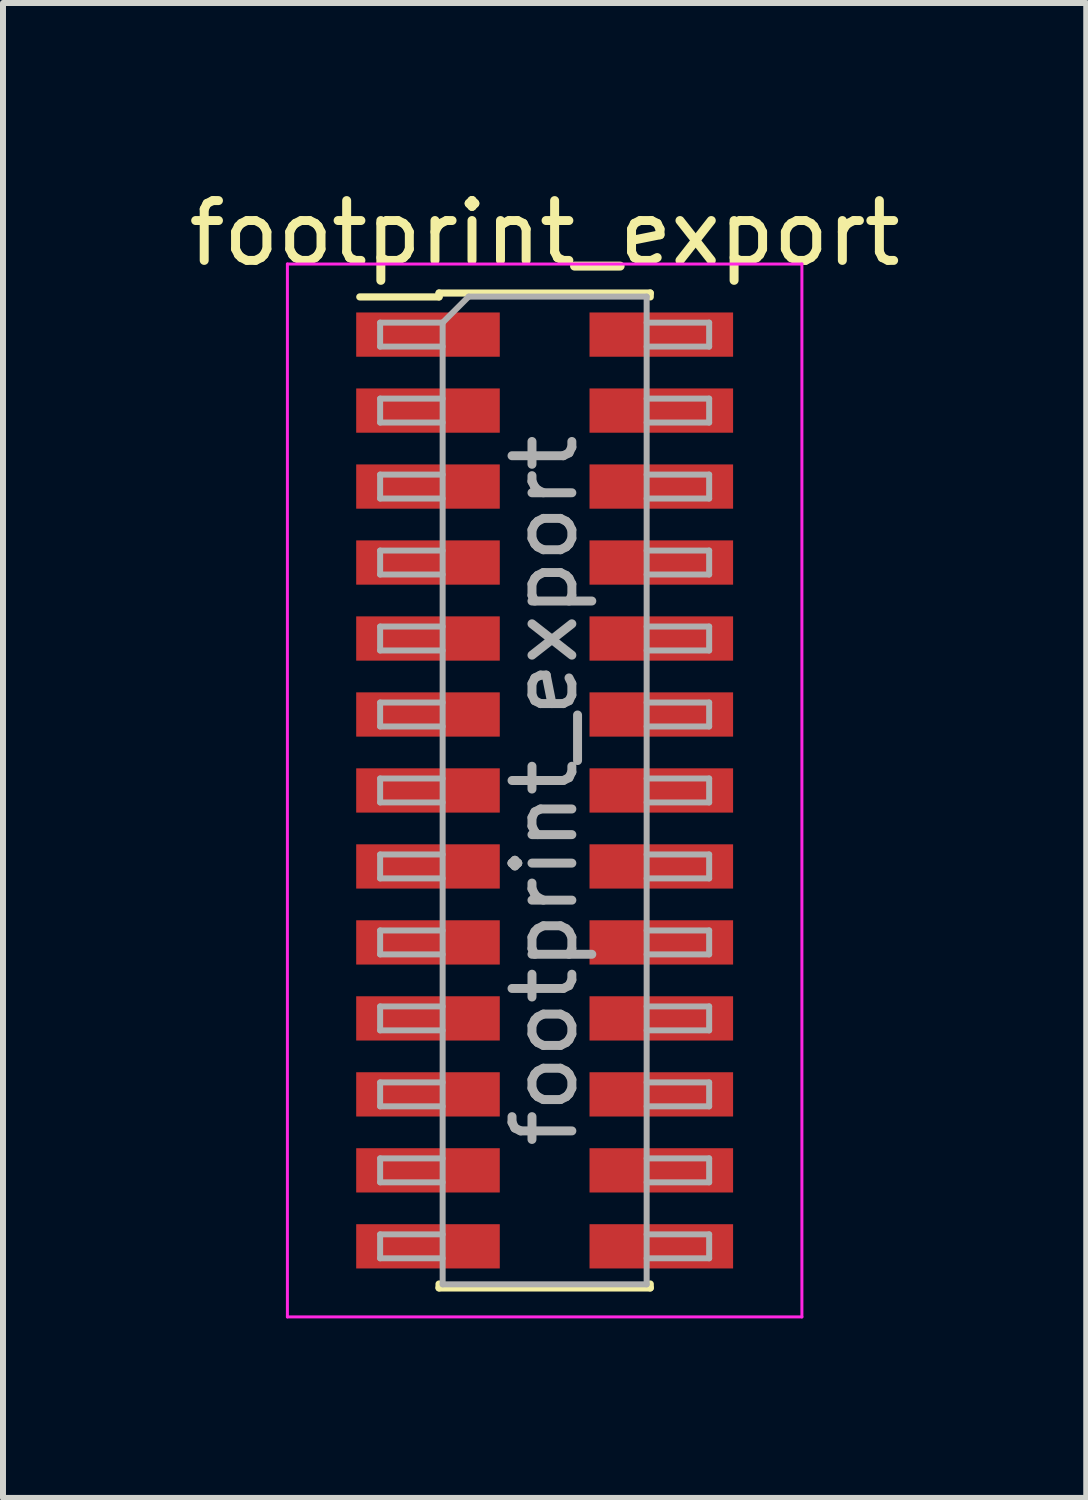
<source format=kicad_pcb>
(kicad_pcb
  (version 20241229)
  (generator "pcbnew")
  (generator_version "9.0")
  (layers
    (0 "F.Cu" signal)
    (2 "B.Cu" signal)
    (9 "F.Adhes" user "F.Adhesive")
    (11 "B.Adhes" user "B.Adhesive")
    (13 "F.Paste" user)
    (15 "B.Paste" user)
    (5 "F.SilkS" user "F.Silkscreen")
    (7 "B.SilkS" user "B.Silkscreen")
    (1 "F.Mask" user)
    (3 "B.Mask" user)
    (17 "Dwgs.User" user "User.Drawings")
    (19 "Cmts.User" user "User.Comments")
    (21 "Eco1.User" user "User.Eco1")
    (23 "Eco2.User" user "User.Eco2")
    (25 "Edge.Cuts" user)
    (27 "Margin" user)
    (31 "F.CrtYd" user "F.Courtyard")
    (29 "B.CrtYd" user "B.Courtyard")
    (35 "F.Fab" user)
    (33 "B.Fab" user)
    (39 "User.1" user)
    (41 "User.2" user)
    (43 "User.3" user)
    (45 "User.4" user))
  (footprint "footprint_export"
    (layer "F.Cu")
    (at 6.054 10.163)
    (property "Reference" "footprint_export" (at 0 -9.315 0) (layer "F.SilkS") (effects (font (size 1 1) (thickness 0.15))))
    (attr smd)
    (fp_line (start -3.09 -8.25) (end -1.765 -8.25) (stroke (width 0.12) (type solid)) (layer "F.SilkS"))
    (fp_line (start -1.765 -8.315) (end -1.765 -8.25) (stroke (width 0.12) (type solid)) (layer "F.SilkS"))
    (fp_line (start -1.765 -8.315) (end 1.765 -8.315) (stroke (width 0.12) (type solid)) (layer "F.SilkS"))
    (fp_line (start -1.765 8.25) (end -1.765 8.315) (stroke (width 0.12) (type solid)) (layer "F.SilkS"))
    (fp_line (start -1.765 8.315) (end 1.765 8.315) (stroke (width 0.12) (type solid)) (layer "F.SilkS"))
    (fp_line (start 1.765 -8.315) (end 1.765 -8.25) (stroke (width 0.12) (type solid)) (layer "F.SilkS"))
    (fp_line (start 1.765 8.25) (end 1.765 8.315) (stroke (width 0.12) (type solid)) (layer "F.SilkS"))
    (fp_line (start -4.3 -8.8) (end -4.3 8.8) (stroke (width 0.05) (type solid)) (layer "F.CrtYd"))
    (fp_line (start -4.3 8.8) (end 4.3 8.8) (stroke (width 0.05) (type solid)) (layer "F.CrtYd"))
    (fp_line (start 4.3 -8.8) (end -4.3 -8.8) (stroke (width 0.05) (type solid)) (layer "F.CrtYd"))
    (fp_line (start 4.3 8.8) (end 4.3 -8.8) (stroke (width 0.05) (type solid)) (layer "F.CrtYd"))
    (fp_line (start -2.75 -7.82) (end -2.75 -7.42) (stroke (width 0.1) (type solid)) (layer "F.Fab"))
    (fp_line (start -2.75 -7.42) (end -1.705 -7.42) (stroke (width 0.1) (type solid)) (layer "F.Fab"))
    (fp_line (start -2.75 -6.55) (end -2.75 -6.15) (stroke (width 0.1) (type solid)) (layer "F.Fab"))
    (fp_line (start -2.75 -6.15) (end -1.705 -6.15) (stroke (width 0.1) (type solid)) (layer "F.Fab"))
    (fp_line (start -2.75 -5.28) (end -2.75 -4.88) (stroke (width 0.1) (type solid)) (layer "F.Fab"))
    (fp_line (start -2.75 -4.88) (end -1.705 -4.88) (stroke (width 0.1) (type solid)) (layer "F.Fab"))
    (fp_line (start -2.75 -4.01) (end -2.75 -3.61) (stroke (width 0.1) (type solid)) (layer "F.Fab"))
    (fp_line (start -2.75 -3.61) (end -1.705 -3.61) (stroke (width 0.1) (type solid)) (layer "F.Fab"))
    (fp_line (start -2.75 -2.74) (end -2.75 -2.34) (stroke (width 0.1) (type solid)) (layer "F.Fab"))
    (fp_line (start -2.75 -2.34) (end -1.705 -2.34) (stroke (width 0.1) (type solid)) (layer "F.Fab"))
    (fp_line (start -2.75 -1.47) (end -2.75 -1.07) (stroke (width 0.1) (type solid)) (layer "F.Fab"))
    (fp_line (start -2.75 -1.07) (end -1.705 -1.07) (stroke (width 0.1) (type solid)) (layer "F.Fab"))
    (fp_line (start -2.75 -0.2) (end -2.75 0.2) (stroke (width 0.1) (type solid)) (layer "F.Fab"))
    (fp_line (start -2.75 0.2) (end -1.705 0.2) (stroke (width 0.1) (type solid)) (layer "F.Fab"))
    (fp_line (start -2.75 1.07) (end -2.75 1.47) (stroke (width 0.1) (type solid)) (layer "F.Fab"))
    (fp_line (start -2.75 1.47) (end -1.705 1.47) (stroke (width 0.1) (type solid)) (layer "F.Fab"))
    (fp_line (start -2.75 2.34) (end -2.75 2.74) (stroke (width 0.1) (type solid)) (layer "F.Fab"))
    (fp_line (start -2.75 2.74) (end -1.705 2.74) (stroke (width 0.1) (type solid)) (layer "F.Fab"))
    (fp_line (start -2.75 3.61) (end -2.75 4.01) (stroke (width 0.1) (type solid)) (layer "F.Fab"))
    (fp_line (start -2.75 4.01) (end -1.705 4.01) (stroke (width 0.1) (type solid)) (layer "F.Fab"))
    (fp_line (start -2.75 4.88) (end -2.75 5.28) (stroke (width 0.1) (type solid)) (layer "F.Fab"))
    (fp_line (start -2.75 5.28) (end -1.705 5.28) (stroke (width 0.1) (type solid)) (layer "F.Fab"))
    (fp_line (start -2.75 6.15) (end -2.75 6.55) (stroke (width 0.1) (type solid)) (layer "F.Fab"))
    (fp_line (start -2.75 6.55) (end -1.705 6.55) (stroke (width 0.1) (type solid)) (layer "F.Fab"))
    (fp_line (start -2.75 7.42) (end -2.75 7.82) (stroke (width 0.1) (type solid)) (layer "F.Fab"))
    (fp_line (start -2.75 7.82) (end -1.705 7.82) (stroke (width 0.1) (type solid)) (layer "F.Fab"))
    (fp_line (start -1.705 -7.82) (end -2.75 -7.82) (stroke (width 0.1) (type solid)) (layer "F.Fab"))
    (fp_line (start -1.705 -7.82) (end -1.27 -8.255) (stroke (width 0.1) (type solid)) (layer "F.Fab"))
    (fp_line (start -1.705 -6.55) (end -2.75 -6.55) (stroke (width 0.1) (type solid)) (layer "F.Fab"))
    (fp_line (start -1.705 -5.28) (end -2.75 -5.28) (stroke (width 0.1) (type solid)) (layer "F.Fab"))
    (fp_line (start -1.705 -4.01) (end -2.75 -4.01) (stroke (width 0.1) (type solid)) (layer "F.Fab"))
    (fp_line (start -1.705 -2.74) (end -2.75 -2.74) (stroke (width 0.1) (type solid)) (layer "F.Fab"))
    (fp_line (start -1.705 -1.47) (end -2.75 -1.47) (stroke (width 0.1) (type solid)) (layer "F.Fab"))
    (fp_line (start -1.705 -0.2) (end -2.75 -0.2) (stroke (width 0.1) (type solid)) (layer "F.Fab"))
    (fp_line (start -1.705 1.07) (end -2.75 1.07) (stroke (width 0.1) (type solid)) (layer "F.Fab"))
    (fp_line (start -1.705 2.34) (end -2.75 2.34) (stroke (width 0.1) (type solid)) (layer "F.Fab"))
    (fp_line (start -1.705 3.61) (end -2.75 3.61) (stroke (width 0.1) (type solid)) (layer "F.Fab"))
    (fp_line (start -1.705 4.88) (end -2.75 4.88) (stroke (width 0.1) (type solid)) (layer "F.Fab"))
    (fp_line (start -1.705 6.15) (end -2.75 6.15) (stroke (width 0.1) (type solid)) (layer "F.Fab"))
    (fp_line (start -1.705 7.42) (end -2.75 7.42) (stroke (width 0.1) (type solid)) (layer "F.Fab"))
    (fp_line (start -1.705 8.255) (end -1.705 -7.82) (stroke (width 0.1) (type solid)) (layer "F.Fab"))
    (fp_line (start -1.27 -8.255) (end 1.705 -8.255) (stroke (width 0.1) (type solid)) (layer "F.Fab"))
    (fp_line (start 1.705 -8.255) (end 1.705 8.255) (stroke (width 0.1) (type solid)) (layer "F.Fab"))
    (fp_line (start 1.705 -7.82) (end 2.75 -7.82) (stroke (width 0.1) (type solid)) (layer "F.Fab"))
    (fp_line (start 1.705 -6.55) (end 2.75 -6.55) (stroke (width 0.1) (type solid)) (layer "F.Fab"))
    (fp_line (start 1.705 -5.28) (end 2.75 -5.28) (stroke (width 0.1) (type solid)) (layer "F.Fab"))
    (fp_line (start 1.705 -4.01) (end 2.75 -4.01) (stroke (width 0.1) (type solid)) (layer "F.Fab"))
    (fp_line (start 1.705 -2.74) (end 2.75 -2.74) (stroke (width 0.1) (type solid)) (layer "F.Fab"))
    (fp_line (start 1.705 -1.47) (end 2.75 -1.47) (stroke (width 0.1) (type solid)) (layer "F.Fab"))
    (fp_line (start 1.705 -0.2) (end 2.75 -0.2) (stroke (width 0.1) (type solid)) (layer "F.Fab"))
    (fp_line (start 1.705 1.07) (end 2.75 1.07) (stroke (width 0.1) (type solid)) (layer "F.Fab"))
    (fp_line (start 1.705 2.34) (end 2.75 2.34) (stroke (width 0.1) (type solid)) (layer "F.Fab"))
    (fp_line (start 1.705 3.61) (end 2.75 3.61) (stroke (width 0.1) (type solid)) (layer "F.Fab"))
    (fp_line (start 1.705 4.88) (end 2.75 4.88) (stroke (width 0.1) (type solid)) (layer "F.Fab"))
    (fp_line (start 1.705 6.15) (end 2.75 6.15) (stroke (width 0.1) (type solid)) (layer "F.Fab"))
    (fp_line (start 1.705 7.42) (end 2.75 7.42) (stroke (width 0.1) (type solid)) (layer "F.Fab"))
    (fp_line (start 1.705 8.255) (end -1.705 8.255) (stroke (width 0.1) (type solid)) (layer "F.Fab"))
    (fp_line (start 2.75 -7.82) (end 2.75 -7.42) (stroke (width 0.1) (type solid)) (layer "F.Fab"))
    (fp_line (start 2.75 -7.42) (end 1.705 -7.42) (stroke (width 0.1) (type solid)) (layer "F.Fab"))
    (fp_line (start 2.75 -6.55) (end 2.75 -6.15) (stroke (width 0.1) (type solid)) (layer "F.Fab"))
    (fp_line (start 2.75 -6.15) (end 1.705 -6.15) (stroke (width 0.1) (type solid)) (layer "F.Fab"))
    (fp_line (start 2.75 -5.28) (end 2.75 -4.88) (stroke (width 0.1) (type solid)) (layer "F.Fab"))
    (fp_line (start 2.75 -4.88) (end 1.705 -4.88) (stroke (width 0.1) (type solid)) (layer "F.Fab"))
    (fp_line (start 2.75 -4.01) (end 2.75 -3.61) (stroke (width 0.1) (type solid)) (layer "F.Fab"))
    (fp_line (start 2.75 -3.61) (end 1.705 -3.61) (stroke (width 0.1) (type solid)) (layer "F.Fab"))
    (fp_line (start 2.75 -2.74) (end 2.75 -2.34) (stroke (width 0.1) (type solid)) (layer "F.Fab"))
    (fp_line (start 2.75 -2.34) (end 1.705 -2.34) (stroke (width 0.1) (type solid)) (layer "F.Fab"))
    (fp_line (start 2.75 -1.47) (end 2.75 -1.07) (stroke (width 0.1) (type solid)) (layer "F.Fab"))
    (fp_line (start 2.75 -1.07) (end 1.705 -1.07) (stroke (width 0.1) (type solid)) (layer "F.Fab"))
    (fp_line (start 2.75 -0.2) (end 2.75 0.2) (stroke (width 0.1) (type solid)) (layer "F.Fab"))
    (fp_line (start 2.75 0.2) (end 1.705 0.2) (stroke (width 0.1) (type solid)) (layer "F.Fab"))
    (fp_line (start 2.75 1.07) (end 2.75 1.47) (stroke (width 0.1) (type solid)) (layer "F.Fab"))
    (fp_line (start 2.75 1.47) (end 1.705 1.47) (stroke (width 0.1) (type solid)) (layer "F.Fab"))
    (fp_line (start 2.75 2.34) (end 2.75 2.74) (stroke (width 0.1) (type solid)) (layer "F.Fab"))
    (fp_line (start 2.75 2.74) (end 1.705 2.74) (stroke (width 0.1) (type solid)) (layer "F.Fab"))
    (fp_line (start 2.75 3.61) (end 2.75 4.01) (stroke (width 0.1) (type solid)) (layer "F.Fab"))
    (fp_line (start 2.75 4.01) (end 1.705 4.01) (stroke (width 0.1) (type solid)) (layer "F.Fab"))
    (fp_line (start 2.75 4.88) (end 2.75 5.28) (stroke (width 0.1) (type solid)) (layer "F.Fab"))
    (fp_line (start 2.75 5.28) (end 1.705 5.28) (stroke (width 0.1) (type solid)) (layer "F.Fab"))
    (fp_line (start 2.75 6.15) (end 2.75 6.55) (stroke (width 0.1) (type solid)) (layer "F.Fab"))
    (fp_line (start 2.75 6.55) (end 1.705 6.55) (stroke (width 0.1) (type solid)) (layer "F.Fab"))
    (fp_line (start 2.75 7.42) (end 2.75 7.82) (stroke (width 0.1) (type solid)) (layer "F.Fab"))
    (fp_line (start 2.75 7.82) (end 1.705 7.82) (stroke (width 0.1) (type solid)) (layer "F.Fab"))
    (fp_text user "${REFERENCE}" (at 0 0 90) (layer "F.Fab") (effects (font (size 1 1) (thickness 0.15))))
    (pad "1" smd rect (at -1.95 -7.62) (size 2.4 0.74) (layers "F.Cu" "F.Mask" "F.Paste"))
    (pad "2" smd rect (at 1.95 -7.62) (size 2.4 0.74) (layers "F.Cu" "F.Mask" "F.Paste"))
    (pad "3" smd rect (at -1.95 -6.35) (size 2.4 0.74) (layers "F.Cu" "F.Mask" "F.Paste"))
    (pad "4" smd rect (at 1.95 -6.35) (size 2.4 0.74) (layers "F.Cu" "F.Mask" "F.Paste"))
    (pad "5" smd rect (at -1.95 -5.08) (size 2.4 0.74) (layers "F.Cu" "F.Mask" "F.Paste"))
    (pad "6" smd rect (at 1.95 -5.08) (size 2.4 0.74) (layers "F.Cu" "F.Mask" "F.Paste"))
    (pad "7" smd rect (at -1.95 -3.81) (size 2.4 0.74) (layers "F.Cu" "F.Mask" "F.Paste"))
    (pad "8" smd rect (at 1.95 -3.81) (size 2.4 0.74) (layers "F.Cu" "F.Mask" "F.Paste"))
    (pad "9" smd rect (at -1.95 -2.54) (size 2.4 0.74) (layers "F.Cu" "F.Mask" "F.Paste"))
    (pad "10" smd rect (at 1.95 -2.54) (size 2.4 0.74) (layers "F.Cu" "F.Mask" "F.Paste"))
    (pad "11" smd rect (at -1.95 -1.27) (size 2.4 0.74) (layers "F.Cu" "F.Mask" "F.Paste"))
    (pad "12" smd rect (at 1.95 -1.27) (size 2.4 0.74) (layers "F.Cu" "F.Mask" "F.Paste"))
    (pad "13" smd rect (at -1.95 0) (size 2.4 0.74) (layers "F.Cu" "F.Mask" "F.Paste"))
    (pad "14" smd rect (at 1.95 0) (size 2.4 0.74) (layers "F.Cu" "F.Mask" "F.Paste"))
    (pad "15" smd rect (at -1.95 1.27) (size 2.4 0.74) (layers "F.Cu" "F.Mask" "F.Paste"))
    (pad "16" smd rect (at 1.95 1.27) (size 2.4 0.74) (layers "F.Cu" "F.Mask" "F.Paste"))
    (pad "17" smd rect (at -1.95 2.54) (size 2.4 0.74) (layers "F.Cu" "F.Mask" "F.Paste"))
    (pad "18" smd rect (at 1.95 2.54) (size 2.4 0.74) (layers "F.Cu" "F.Mask" "F.Paste"))
    (pad "19" smd rect (at -1.95 3.81) (size 2.4 0.74) (layers "F.Cu" "F.Mask" "F.Paste"))
    (pad "20" smd rect (at 1.95 3.81) (size 2.4 0.74) (layers "F.Cu" "F.Mask" "F.Paste"))
    (pad "21" smd rect (at -1.95 5.08) (size 2.4 0.74) (layers "F.Cu" "F.Mask" "F.Paste"))
    (pad "22" smd rect (at 1.95 5.08) (size 2.4 0.74) (layers "F.Cu" "F.Mask" "F.Paste"))
    (pad "23" smd rect (at -1.95 6.35) (size 2.4 0.74) (layers "F.Cu" "F.Mask" "F.Paste"))
    (pad "24" smd rect (at 1.95 6.35) (size 2.4 0.74) (layers "F.Cu" "F.Mask" "F.Paste"))
    (pad "25" smd rect (at -1.95 7.62) (size 2.4 0.74) (layers "F.Cu" "F.Mask" "F.Paste"))
    (pad "26" smd rect (at 1.95 7.62) (size 2.4 0.74) (layers "F.Cu" "F.Mask" "F.Paste")))
  (gr_rect
    (start -3 -3)
    (end 15.107 21.988)
    (stroke (width 0.1) (type default))
    (fill no)
    (layer "Edge.Cuts")))
</source>
